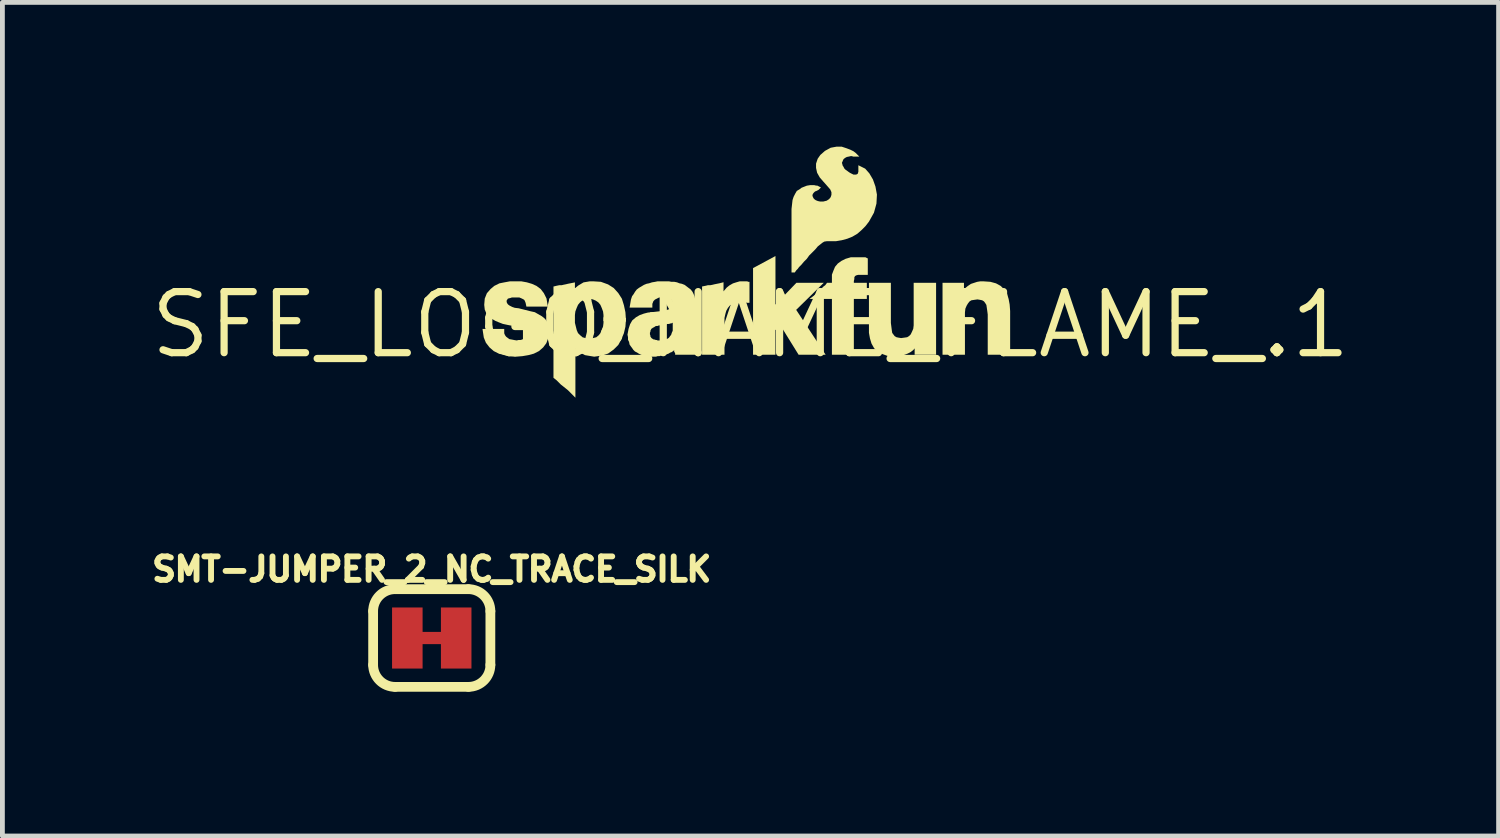
<source format=kicad_pcb>
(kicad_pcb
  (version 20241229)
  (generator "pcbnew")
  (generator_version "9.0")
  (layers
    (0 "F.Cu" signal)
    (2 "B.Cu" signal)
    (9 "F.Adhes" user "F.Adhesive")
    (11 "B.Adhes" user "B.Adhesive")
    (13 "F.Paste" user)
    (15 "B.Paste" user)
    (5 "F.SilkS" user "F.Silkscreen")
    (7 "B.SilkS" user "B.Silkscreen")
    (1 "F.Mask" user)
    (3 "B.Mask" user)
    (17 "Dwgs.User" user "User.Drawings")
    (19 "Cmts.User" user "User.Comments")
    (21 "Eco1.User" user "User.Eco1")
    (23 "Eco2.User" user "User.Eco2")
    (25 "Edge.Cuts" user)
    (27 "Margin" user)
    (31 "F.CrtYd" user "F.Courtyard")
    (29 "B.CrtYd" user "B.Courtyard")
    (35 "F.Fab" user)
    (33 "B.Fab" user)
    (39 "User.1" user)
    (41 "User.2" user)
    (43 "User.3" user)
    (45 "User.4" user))
  (footprint "SMT-JUMPER_2_NC_TRACE_SILK"
    (layer "F.Cu")
    (at 5.928 10.217)
    (property "Reference" "SMT-JUMPER_2_NC_TRACE_SILK" (at 0 -1.143 0) (layer "F.SilkS") (effects (font (size 0.488 0.488) (thickness 0.122)) (justify bottom)))
    (fp_poly (pts (xy -0.203 0.127) (xy 0.203 0.127) (xy 0.203 -0.127) (xy -0.203 -0.127)) (stroke (width 0) (type solid)) (fill yes) (layer "F.Cu"))
    (fp_poly (pts (xy 0.254 0.191) (xy -0.254 0.191) (xy -0.254 -0.191) (xy 0.254 -0.191)) (stroke (width 0) (type solid)) (fill yes) (layer "F.Mask"))
    (fp_line (start -1.219 0.559) (end -1.219 -0.559) (stroke (width 0.203) (type solid)) (layer "F.SilkS"))
    (fp_line (start -0.762 -1.016) (end 0.762 -1.016) (stroke (width 0.203) (type solid)) (layer "F.SilkS"))
    (fp_line (start 0.762 1.016) (end -0.762 1.016) (stroke (width 0.203) (type solid)) (layer "F.SilkS"))
    (fp_line (start 1.219 0.559) (end 1.219 -0.559) (stroke (width 0.203) (type solid)) (layer "F.SilkS"))
    (fp_arc (start -1.2192 -0.5588) (mid -1.085289 -0.882089) (end -0.762 -1.016) (stroke (width 0.2032) (type solid)) (layer "F.SilkS"))
    (fp_arc (start -0.762 1.016) (mid -1.085289 0.882089) (end -1.2192 0.5588) (stroke (width 0.2032) (type solid)) (layer "F.SilkS"))
    (fp_arc (start 0.762 -1.016) (mid 1.085289 -0.882089) (end 1.2192 -0.5588) (stroke (width 0.2032) (type solid)) (layer "F.SilkS"))
    (fp_arc (start 1.2192 0.5588) (mid 1.085289 0.882089) (end 0.762 1.016) (stroke (width 0.2032) (type solid)) (layer "F.SilkS"))
    (pad "1" smd rect (at -0.508 0) (size 0.635 1.27) (layers "F.Cu" "F.Mask"))
    (pad "2" smd rect (at 0.508 0) (size 0.635 1.27) (layers "F.Cu" "F.Mask")))
  (footprint "SFE_LOGO_NAME_FLAME_.1"
    (layer "F.Cu")
    (at 12.556 3.704)
    (property "Reference" "SFE_LOGO_NAME_FLAME_.1" (at 0 0 0) (layer "F.SilkS") (effects (font (size 1.27 1.27) (thickness 0.15))))
    (fp_poly (pts (xy -2.588 -0.143) (xy -2.601 0.04) (xy -2.633 0.176) (xy -2.699 0.335) (xy -3.107 0.144) (xy -3.066 0.035) (xy -3.057 -0.038) (xy -3.057 -0.155)) (stroke (width 0) (type solid)) (fill yes) (layer "F.SilkS"))
    (fp_poly (pts (xy -1.695 -0.036) (xy -1.75 -0.008) (xy -1.773 -0.008) (xy -1.803 0.002) (xy -1.843 0.002) (xy -1.873 0.012) (xy -1.91 0.012) (xy -1.93 0.022) (xy -1.985 0.022) (xy -2.092 -0.258) (xy -1.864 -0.284) (xy -1.76 -0.299)) (stroke (width 0) (type solid)) (fill yes) (layer "F.SilkS"))
    (fp_poly (pts (xy 0.519 -0.421) (xy 0.955 -0.874) (xy 1.524 -0.874) (xy 0.95 -0.311) (xy 1.562 0.622) (xy 1 0.622) (xy 0.623 0.014) (xy 0.519 0.111) (xy 0.519 0.622) (xy 0.053 0.622) (xy 0.053 -1.179) (xy 0.519 -1.43)) (stroke (width 0) (type solid)) (fill yes) (layer "F.SilkS"))
    (fp_poly (pts (xy 2.439 -1.38) (xy 2.439 -1.038) (xy 2.236 -1.038) (xy 2.204 -1.03) (xy 2.177 -1.016) (xy 2.164 -0.997) (xy 2.159 -0.987) (xy 2.159 -0.951) (xy 2.149 -0.911) (xy 2.149 -0.874) (xy 2.419 -0.874) (xy 2.419 -0.538) (xy 2.149 -0.538) (xy 2.149 0.622) (xy 1.693 0.622) (xy 1.693 -0.538) (xy 1.227 -0.538) (xy 1.356 -0.635) (xy 1.516 -0.795) (xy 1.554 -0.823) (xy 1.592 -0.874) (xy 1.693 -0.874) (xy 1.693 -1.043) (xy 1.726 -1.13) (xy 1.758 -1.206) (xy 1.815 -1.274) (xy 1.891 -1.329) (xy 1.977 -1.372) (xy 2.085 -1.404) (xy 2.39 -1.404)) (stroke (width 0) (type solid)) (fill yes) (layer "F.SilkS"))
    (fp_poly (pts (xy -0.053 -0.894) (xy -0.021 -0.894) (xy -0.021 -0.458) (xy -0.078 -0.458) (xy -0.098 -0.468) (xy -0.197 -0.468) (xy -0.292 -0.458) (xy -0.365 -0.44) (xy -0.424 -0.406) (xy -0.468 -0.354) (xy -0.504 -0.291) (xy -0.522 -0.227) (xy -0.541 -0.142) (xy -0.541 0.622) (xy -1.007 0.622) (xy -1.007 -0.797) (xy -0.927 -0.813) (xy -0.884 -0.824) (xy -0.833 -0.824) (xy -0.787 -0.833) (xy -0.747 -0.843) (xy -0.647 -0.863) (xy -0.561 -0.885) (xy -0.561 -0.695) (xy -0.549 -0.71) (xy -0.496 -0.773) (xy -0.44 -0.818) (xy -0.365 -0.861) (xy -0.3 -0.882) (xy -0.224 -0.904) (xy -0.063 -0.904)) (stroke (width 0) (type solid)) (fill yes) (layer "F.SilkS"))
    (fp_poly (pts (xy 2.919 -0.038) (xy 2.939 0.118) (xy 2.947 0.169) (xy 2.997 0.235) (xy 3.035 0.258) (xy 3.078 0.267) (xy 3.132 0.276) (xy 3.205 0.266) (xy 3.258 0.258) (xy 3.297 0.234) (xy 3.33 0.201) (xy 3.356 0.148) (xy 3.384 0.084) (xy 3.393 0.012) (xy 3.393 -0.874) (xy 3.859 -0.874) (xy 3.859 0.622) (xy 3.413 0.622) (xy 3.413 0.49) (xy 3.388 0.521) (xy 3.332 0.566) (xy 3.267 0.599) (xy 3.214 0.62) (xy 3.15 0.641) (xy 3.077 0.652) (xy 3.013 0.662) (xy 2.863 0.652) (xy 2.745 0.609) (xy 2.649 0.555) (xy 2.571 0.488) (xy 2.516 0.389) (xy 2.484 0.283) (xy 2.463 0.167) (xy 2.463 -0.874) (xy 2.919 -0.874)) (stroke (width 0) (type solid)) (fill yes) (layer "F.SilkS"))
    (fp_poly (pts (xy 4.987 -0.894) (xy 5.105 -0.862) (xy 5.204 -0.807) (xy 5.281 -0.73) (xy 5.336 -0.642) (xy 5.368 -0.535) (xy 5.389 -0.421) (xy 5.399 -0.287) (xy 5.399 0.622) (xy 4.933 0.622) (xy 4.933 -0.214) (xy 4.923 -0.291) (xy 4.913 -0.36) (xy 4.905 -0.413) (xy 4.879 -0.455) (xy 4.855 -0.487) (xy 4.817 -0.51) (xy 4.774 -0.519) (xy 4.72 -0.528) (xy 4.647 -0.518) (xy 4.594 -0.51) (xy 4.556 -0.487) (xy 4.522 -0.444) (xy 4.495 -0.399) (xy 4.468 -0.336) (xy 4.459 -0.254) (xy 4.459 0.622) (xy 3.993 0.622) (xy 3.993 -0.874) (xy 4.439 -0.874) (xy 4.439 -0.738) (xy 4.466 -0.764) (xy 4.518 -0.807) (xy 4.584 -0.851) (xy 4.712 -0.893) (xy 4.778 -0.904) (xy 4.842 -0.904)) (stroke (width 0) (type solid)) (fill yes) (layer "F.SilkS"))
    (fp_poly (pts (xy -3.111 -0.894) (xy -2.962 -0.84) (xy -2.844 -0.765) (xy -2.749 -0.659) (xy -2.674 -0.542) (xy -2.632 -0.406) (xy -2.601 -0.261) (xy -2.588 -0.067) (xy -3.057 -0.079) (xy -3.057 -0.204) (xy -3.066 -0.277) (xy -3.094 -0.352) (xy -3.122 -0.416) (xy -3.165 -0.467) (xy -3.217 -0.502) (xy -3.279 -0.529) (xy -3.359 -0.538) (xy -3.43 -0.529) (xy -3.5 -0.502) (xy -3.542 -0.469) (xy -3.586 -0.416) (xy -3.614 -0.352) (xy -3.642 -0.277) (xy -3.651 -0.204) (xy -3.651 -0.041) (xy -3.613 0.112) (xy -3.587 0.172) (xy -3.543 0.216) (xy -3.491 0.26) (xy -3.432 0.276) (xy -3.349 0.286) (xy -3.276 0.276) (xy -3.207 0.259) (xy -3.156 0.217) (xy -3.122 0.174) (xy -3.078 0.073) (xy -2.666 0.267) (xy -2.748 0.417) (xy -2.844 0.513) (xy -2.961 0.598) (xy -3.09 0.641) (xy -3.25 0.663) (xy -3.441 0.631) (xy -3.507 0.597) (xy -3.614 0.533) (xy -3.641 0.5) (xy -3.641 1.516) (xy -3.794 1.362) (xy -3.944 1.242) (xy -4.034 1.152) (xy -4.097 1.102) (xy -4.097 -0.796) (xy -4.027 -0.813) (xy -3.973 -0.824) (xy -3.924 -0.824) (xy -3.887 -0.833) (xy -3.837 -0.843) (xy -3.797 -0.853) (xy -3.651 -0.882) (xy -3.651 -0.758) (xy -3.634 -0.774) (xy -3.581 -0.817) (xy -3.472 -0.882) (xy -3.342 -0.904) (xy -3.268 -0.904)) (stroke (width 0) (type solid)) (fill yes) (layer "F.SilkS"))
    (fp_poly (pts (xy -4.65 -0.883) (xy -4.546 -0.852) (xy -4.45 -0.809) (xy -4.362 -0.743) (xy -4.296 -0.656) (xy -4.242 -0.548) (xy -4.214 -0.378) (xy -4.66 -0.378) (xy -4.676 -0.455) (xy -4.693 -0.498) (xy -4.706 -0.519) (xy -4.728 -0.533) (xy -4.765 -0.551) (xy -4.806 -0.568) (xy -4.963 -0.568) (xy -4.988 -0.559) (xy -5.028 -0.549) (xy -5.045 -0.544) (xy -5.071 -0.504) (xy -5.071 -0.481) (xy -5.064 -0.453) (xy -5.042 -0.423) (xy -5.009 -0.399) (xy -4.954 -0.371) (xy -4.901 -0.353) (xy -4.822 -0.344) (xy -4.58 -0.283) (xy -4.485 -0.262) (xy -4.337 -0.177) (xy -4.27 -0.122) (xy -4.225 -0.054) (xy -4.192 0.024) (xy -4.181 0.125) (xy -4.202 0.263) (xy -4.245 0.382) (xy -4.311 0.47) (xy -4.398 0.546) (xy -4.505 0.6) (xy -4.621 0.631) (xy -4.744 0.652) (xy -4.869 0.662) (xy -4.994 0.652) (xy -5.117 0.631) (xy -5.233 0.6) (xy -5.34 0.546) (xy -5.427 0.47) (xy -5.502 0.373) (xy -5.546 0.264) (xy -5.573 0.086) (xy -5.121 0.086) (xy -5.121 0.177) (xy -5.105 0.215) (xy -5.082 0.247) (xy -5.014 0.298) (xy -4.962 0.307) (xy -4.912 0.317) (xy -4.861 0.325) (xy -4.824 0.316) (xy -4.784 0.316) (xy -4.752 0.308) (xy -4.719 0.291) (xy -4.684 0.265) (xy -4.663 0.245) (xy -4.648 0.184) (xy -4.655 0.157) (xy -4.669 0.129) (xy -4.7 0.106) (xy -4.745 0.079) (xy -4.8 0.061) (xy -4.957 0.021) (xy -5.057 0.001) (xy -5.15 -0.019) (xy -5.233 -0.051) (xy -5.306 -0.082) (xy -5.379 -0.124) (xy -5.446 -0.169) (xy -5.493 -0.238) (xy -5.526 -0.316) (xy -5.537 -0.415) (xy -5.526 -0.545) (xy -5.482 -0.656) (xy -5.406 -0.743) (xy -5.33 -0.808) (xy -5.221 -0.862) (xy -5.116 -0.883) (xy -5.002 -0.904) (xy -4.766 -0.904)) (stroke (width 0) (type solid)) (fill yes) (layer "F.SilkS"))
    (fp_poly (pts (xy 1.994 -3.672) (xy 2.076 -3.641) (xy 2.141 -3.609) (xy 2.186 -3.575) (xy 2.263 -3.498) (xy 2.135 -3.498) (xy 2.105 -3.508) (xy 2.086 -3.508) (xy 2.049 -3.499) (xy 2.003 -3.49) (xy 1.971 -3.473) (xy 1.939 -3.449) (xy 1.926 -3.429) (xy 1.916 -3.401) (xy 1.906 -3.381) (xy 1.901 -3.366) (xy 1.908 -3.347) (xy 1.916 -3.312) (xy 1.934 -3.285) (xy 1.952 -3.249) (xy 1.975 -3.226) (xy 2.003 -3.207) (xy 2.043 -3.177) (xy 2.07 -3.159) (xy 2.14 -3.124) (xy 2.195 -3.124) (xy 2.214 -3.131) (xy 2.229 -3.14) (xy 2.243 -3.182) (xy 2.243 -3.318) (xy 2.385 -3.247) (xy 2.472 -3.148) (xy 2.546 -3.022) (xy 2.598 -2.876) (xy 2.629 -2.708) (xy 2.619 -2.52) (xy 2.567 -2.331) (xy 2.463 -2.145) (xy 2.39 -2.051) (xy 2.307 -1.968) (xy 2.224 -1.895) (xy 2.118 -1.832) (xy 2.013 -1.79) (xy 1.899 -1.759) (xy 1.774 -1.738) (xy 1.584 -1.738) (xy 1.534 -1.73) (xy 1.493 -1.705) (xy 1.398 -1.629) (xy 1.349 -1.57) (xy 1.22 -1.441) (xy 1.17 -1.371) (xy 1.109 -1.31) (xy 1.059 -1.25) (xy 1.01 -1.201) (xy 0.98 -1.161) (xy 0.951 -1.132) (xy 0.921 -1.088) (xy 0.853 -1.088) (xy 0.853 -2.408) (xy 0.874 -2.594) (xy 0.896 -2.661) (xy 0.928 -2.724) (xy 0.963 -2.784) (xy 1.02 -2.818) (xy 1.062 -2.85) (xy 1.171 -2.893) (xy 1.238 -2.904) (xy 1.326 -2.904) (xy 1.366 -2.894) (xy 1.39 -2.894) (xy 1.465 -2.856) (xy 1.414 -2.805) (xy 1.366 -2.781) (xy 1.342 -2.773) (xy 1.311 -2.742) (xy 1.296 -2.719) (xy 1.289 -2.7) (xy 1.289 -2.682) (xy 1.296 -2.661) (xy 1.312 -2.629) (xy 1.335 -2.606) (xy 1.359 -2.59) (xy 1.402 -2.573) (xy 1.445 -2.564) (xy 1.516 -2.564) (xy 1.585 -2.581) (xy 1.635 -2.614) (xy 1.667 -2.654) (xy 1.683 -2.702) (xy 1.683 -2.758) (xy 1.658 -2.815) (xy 1.592 -2.891) (xy 1.512 -2.981) (xy 1.44 -3.064) (xy 1.385 -3.162) (xy 1.363 -3.262) (xy 1.363 -3.352) (xy 1.397 -3.453) (xy 1.452 -3.532) (xy 1.549 -3.617) (xy 1.668 -3.682) (xy 1.788 -3.704) (xy 1.897 -3.704)) (stroke (width 0) (type solid)) (fill yes) (layer "F.SilkS"))
    (fp_poly (pts (xy -1.645 -0.894) (xy -1.585 -0.894) (xy -1.528 -0.883) (xy -1.478 -0.863) (xy -1.428 -0.853) (xy -1.37 -0.83) (xy -1.242 -0.733) (xy -1.206 -0.686) (xy -1.184 -0.642) (xy -1.162 -0.587) (xy -1.151 -0.53) (xy -1.151 0.335) (xy -1.141 0.355) (xy -1.141 0.445) (xy -1.131 0.465) (xy -1.131 0.485) (xy -1.121 0.505) (xy -1.121 0.535) (xy -1.118 0.541) (xy -1.101 0.558) (xy -1.101 0.622) (xy -1.567 0.622) (xy -1.567 0.59) (xy -1.577 0.58) (xy -1.577 0.57) (xy -1.587 0.56) (xy -1.587 0.53) (xy -1.589 0.528) (xy -1.605 0.544) (xy -1.642 0.569) (xy -1.672 0.579) (xy -1.702 0.599) (xy -1.833 0.642) (xy -1.863 0.642) (xy -1.893 0.652) (xy -1.933 0.652) (xy -1.963 0.662) (xy -2.083 0.662) (xy -2.133 0.652) (xy -2.184 0.652) (xy -2.231 0.64) (xy -2.285 0.619) (xy -2.328 0.597) (xy -2.358 0.577) (xy -2.402 0.555) (xy -2.439 0.518) (xy -2.46 0.486) (xy -2.49 0.446) (xy -2.515 0.409) (xy -2.525 0.356) (xy -2.547 0.313) (xy -2.547 0.258) (xy -2.558 0.204) (xy -2.536 0.085) (xy -2.504 -0.012) (xy -2.459 -0.091) (xy -2.381 -0.157) (xy -2.305 -0.201) (xy -2.22 -0.232) (xy -2.136 -0.254) (xy -2.014 -0.267) (xy -1.909 0.008) (xy -1.974 0.029) (xy -1.986 0.035) (xy -1.996 0.045) (xy -2.036 0.065) (xy -2.046 0.075) (xy -2.061 0.082) (xy -2.081 0.123) (xy -2.081 0.143) (xy -2.091 0.163) (xy -2.091 0.198) (xy -2.081 0.228) (xy -2.081 0.245) (xy -2.078 0.251) (xy -2.068 0.261) (xy -2.061 0.276) (xy -2.046 0.283) (xy -2.036 0.293) (xy -2.01 0.306) (xy -1.99 0.306) (xy -1.97 0.316) (xy -1.95 0.316) (xy -1.93 0.326) (xy -1.893 0.326) (xy -1.843 0.316) (xy -1.798 0.316) (xy -1.762 0.298) (xy -1.725 0.289) (xy -1.703 0.274) (xy -1.689 0.26) (xy -1.669 0.23) (xy -1.652 0.213) (xy -1.634 0.159) (xy -1.624 0.139) (xy -1.617 0.118) (xy -1.617 -0.044) (xy -1.65 -0.028) (xy -1.67 -0.028) (xy -1.69 -0.018) (xy -1.769 -0.018) (xy -1.835 -0.283) (xy -1.73 -0.312) (xy -1.675 -0.331) (xy -1.635 -0.355) (xy -1.617 -0.379) (xy -1.617 -0.467) (xy -1.64 -0.513) (xy -1.65 -0.523) (xy -1.657 -0.538) (xy -1.698 -0.558) (xy -1.718 -0.558) (xy -1.738 -0.568) (xy -1.9 -0.568) (xy -1.986 -0.525) (xy -2.018 -0.493) (xy -2.024 -0.481) (xy -2.034 -0.451) (xy -2.041 -0.437) (xy -2.041 -0.358) (xy -2.514 -0.358) (xy -2.486 -0.525) (xy -2.463 -0.594) (xy -2.431 -0.637) (xy -2.401 -0.687) (xy -2.366 -0.733) (xy -2.32 -0.768) (xy -2.216 -0.83) (xy -2.16 -0.853) (xy -2.109 -0.863) (xy -2.048 -0.883) (xy -1.986 -0.893) (xy -1.933 -0.904) (xy -1.695 -0.904)) (stroke (width 0) (type solid)) (fill yes) (layer "F.SilkS")))
  (gr_rect
    (start -3 -3)
    (end 28.112 14.334)
    (stroke (width 0.1) (type default))
    (fill no)
    (layer "Edge.Cuts")))
</source>
